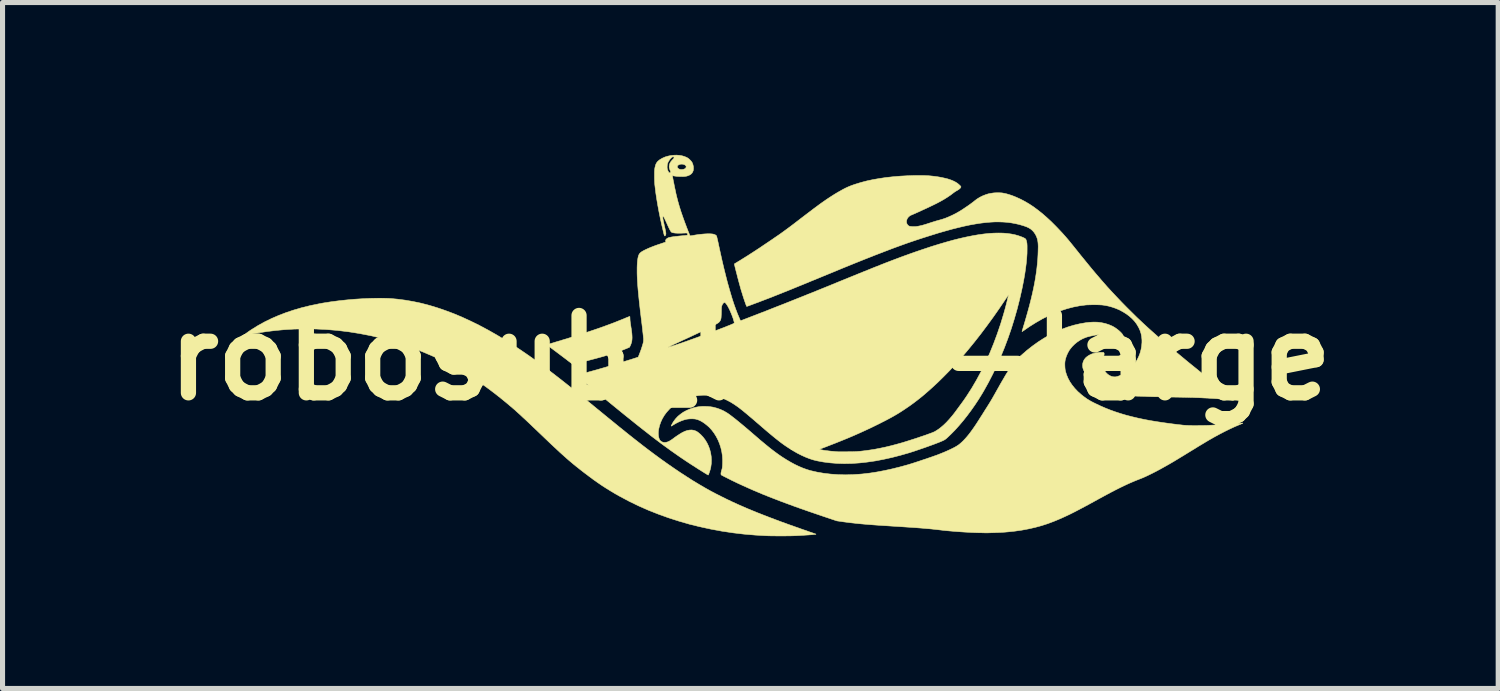
<source format=kicad_pcb>
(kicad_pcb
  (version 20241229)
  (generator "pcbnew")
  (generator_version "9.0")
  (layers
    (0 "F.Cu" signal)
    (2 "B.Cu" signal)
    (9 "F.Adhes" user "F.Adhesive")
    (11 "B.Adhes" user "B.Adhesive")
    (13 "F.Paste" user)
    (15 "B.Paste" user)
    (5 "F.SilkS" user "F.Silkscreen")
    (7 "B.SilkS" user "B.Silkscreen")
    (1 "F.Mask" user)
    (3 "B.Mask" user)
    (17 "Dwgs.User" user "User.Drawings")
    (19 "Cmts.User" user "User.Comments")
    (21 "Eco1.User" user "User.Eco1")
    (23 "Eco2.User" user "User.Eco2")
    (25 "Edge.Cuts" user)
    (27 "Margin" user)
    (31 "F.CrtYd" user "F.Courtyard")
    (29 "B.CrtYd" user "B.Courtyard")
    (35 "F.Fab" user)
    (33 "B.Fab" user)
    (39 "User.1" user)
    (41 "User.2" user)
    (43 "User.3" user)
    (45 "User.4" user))
  (footprint "robosub_logo-large"
    (layer "F.Cu")
    (at 11.728 3.997)
    (property "Reference" "robosub_logo-large" (at 0 0 0) (layer "F.SilkS") (effects (font (size 1.524 1.524) (thickness 0.3))))
    (attr through_hole)
    (fp_poly (pts (xy -2.374 -0.812) (xy -2.373 -0.801) (xy -2.372 -0.785) (xy -2.372 -0.783) (xy -2.371 -0.763) (xy -2.37 -0.738) (xy -2.367 -0.71) (xy -2.362 -0.676) (xy -2.356 -0.635) (xy -2.349 -0.588) (xy -2.348 -0.584) (xy -2.34 -0.527) (xy -2.334 -0.477) (xy -2.331 -0.432) (xy -2.33 -0.393) (xy -2.332 -0.357) (xy -2.336 -0.325) (xy -2.344 -0.294) (xy -2.354 -0.265) (xy -2.364 -0.242) (xy -2.38 -0.209) (xy -2.441 -0.183) (xy -2.483 -0.166) (xy -2.525 -0.149) (xy -2.569 -0.132) (xy -2.614 -0.116) (xy -2.663 -0.099) (xy -2.714 -0.083) (xy -2.77 -0.066) (xy -2.83 -0.048) (xy -2.895 -0.029) (xy -2.966 -0.009) (xy -3.043 0.012) (xy -3.127 0.034) (xy -3.142 0.038) (xy -3.183 0.049) (xy -3.225 0.06) (xy -3.266 0.071) (xy -3.304 0.081) (xy -3.34 0.091) (xy -3.371 0.099) (xy -3.397 0.106) (xy -3.412 0.11) (xy -3.436 0.117) (xy -3.457 0.123) (xy -3.474 0.127) (xy -3.486 0.13) (xy -3.492 0.132) (xy -3.493 0.132) (xy -3.496 0.13) (xy -3.505 0.123) (xy -3.519 0.112) (xy -3.537 0.099) (xy -3.559 0.082) (xy -3.584 0.063) (xy -3.61 0.043) (xy -3.612 0.041) (xy -3.644 0.017) (xy -3.681 -0.011) (xy -3.721 -0.041) (xy -3.762 -0.072) (xy -3.802 -0.102) (xy -3.84 -0.131) (xy -3.862 -0.147) (xy -3.891 -0.169) (xy -3.918 -0.189) (xy -3.942 -0.207) (xy -3.963 -0.223) (xy -3.981 -0.236) (xy -3.993 -0.245) (xy -4 -0.251) (xy -4.001 -0.252) (xy -4.002 -0.253) (xy -4.002 -0.255) (xy -4 -0.257) (xy -3.996 -0.259) (xy -3.989 -0.263) (xy -3.978 -0.267) (xy -3.962 -0.272) (xy -3.942 -0.278) (xy -3.917 -0.286) (xy -3.886 -0.295) (xy -3.848 -0.307) (xy -3.805 -0.32) (xy -3.676 -0.359) (xy -3.554 -0.396) (xy -3.439 -0.432) (xy -3.33 -0.467) (xy -3.226 -0.501) (xy -3.127 -0.534) (xy -3.033 -0.566) (xy -2.943 -0.597) (xy -2.855 -0.629) (xy -2.771 -0.66) (xy -2.688 -0.691) (xy -2.608 -0.723) (xy -2.528 -0.755) (xy -2.483 -0.773) (xy -2.456 -0.785) (xy -2.432 -0.795) (xy -2.41 -0.803) (xy -2.393 -0.81) (xy -2.382 -0.814) (xy -2.376 -0.816) (xy -2.376 -0.816) (xy -2.374 -0.812)) (stroke (width 0.01) (type solid)) (fill yes) (layer "F.SilkS"))
    (fp_poly (pts (xy -7.261 -1.174) (xy -7.216 -1.173) (xy -7.176 -1.172) (xy -7.139 -1.171) (xy -7.104 -1.169) (xy -7.068 -1.167) (xy -7.029 -1.163) (xy -6.987 -1.159) (xy -6.953 -1.156) (xy -6.799 -1.136) (xy -6.643 -1.109) (xy -6.486 -1.076) (xy -6.328 -1.035) (xy -6.169 -0.987) (xy -6.008 -0.932) (xy -5.845 -0.871) (xy -5.68 -0.802) (xy -5.513 -0.725) (xy -5.344 -0.642) (xy -5.173 -0.551) (xy -5 -0.453) (xy -4.824 -0.347) (xy -4.646 -0.234) (xy -4.54 -0.164) (xy -4.474 -0.119) (xy -4.408 -0.074) (xy -4.342 -0.028) (xy -4.276 0.019) (xy -4.209 0.067) (xy -4.14 0.117) (xy -4.071 0.168) (xy -3.999 0.222) (xy -3.925 0.279) (xy -3.848 0.338) (xy -3.768 0.4) (xy -3.685 0.465) (xy -3.598 0.534) (xy -3.507 0.607) (xy -3.411 0.684) (xy -3.311 0.766) (xy -3.205 0.852) (xy -3.1 0.938) (xy -3.01 1.012) (xy -2.925 1.081) (xy -2.846 1.146) (xy -2.771 1.207) (xy -2.702 1.263) (xy -2.637 1.316) (xy -2.576 1.366) (xy -2.518 1.412) (xy -2.464 1.456) (xy -2.413 1.497) (xy -2.364 1.536) (xy -2.317 1.573) (xy -2.273 1.608) (xy -2.229 1.642) (xy -2.187 1.675) (xy -2.146 1.707) (xy -2.105 1.739) (xy -2.064 1.77) (xy -2.023 1.802) (xy -2.012 1.81) (xy -1.885 1.905) (xy -1.758 1.998) (xy -1.63 2.089) (xy -1.504 2.176) (xy -1.38 2.26) (xy -1.257 2.34) (xy -1.138 2.416) (xy -1.022 2.486) (xy -0.911 2.551) (xy -0.88 2.569) (xy -0.787 2.621) (xy -0.687 2.674) (xy -0.582 2.727) (xy -0.474 2.781) (xy -0.363 2.834) (xy -0.251 2.885) (xy -0.224 2.897) (xy -0.137 2.935) (xy -0.047 2.974) (xy 0.048 3.013) (xy 0.148 3.054) (xy 0.253 3.095) (xy 0.364 3.138) (xy 0.48 3.182) (xy 0.603 3.228) (xy 0.732 3.275) (xy 0.868 3.323) (xy 1.011 3.374) (xy 1.116 3.41) (xy 1.151 3.423) (xy 1.183 3.434) (xy 1.213 3.444) (xy 1.239 3.453) (xy 1.26 3.461) (xy 1.276 3.466) (xy 1.285 3.469) (xy 1.288 3.47) (xy 1.291 3.473) (xy 1.291 3.474) (xy 1.286 3.475) (xy 1.274 3.477) (xy 1.255 3.479) (xy 1.231 3.481) (xy 1.202 3.484) (xy 1.169 3.486) (xy 1.133 3.489) (xy 1.094 3.491) (xy 1.053 3.494) (xy 1.012 3.496) (xy 0.97 3.499) (xy 0.929 3.501) (xy 0.89 3.503) (xy 0.86 3.504) (xy 0.829 3.505) (xy 0.792 3.506) (xy 0.749 3.506) (xy 0.701 3.507) (xy 0.652 3.507) (xy 0.6 3.507) (xy 0.548 3.507) (xy 0.498 3.507) (xy 0.449 3.506) (xy 0.404 3.506) (xy 0.364 3.505) (xy 0.331 3.504) (xy 0.322 3.504) (xy 0.098 3.491) (xy -0.125 3.472) (xy -0.345 3.446) (xy -0.564 3.413) (xy -0.78 3.373) (xy -0.993 3.327) (xy -1.204 3.275) (xy -1.411 3.215) (xy -1.614 3.15) (xy -1.814 3.078) (xy -2.009 3.001) (xy -2.199 2.917) (xy -2.385 2.827) (xy -2.56 2.734) (xy -2.653 2.682) (xy -2.742 2.629) (xy -2.828 2.576) (xy -2.914 2.521) (xy -2.999 2.463) (xy -3.086 2.402) (xy -3.175 2.336) (xy -3.268 2.266) (xy -3.296 2.244) (xy -3.344 2.207) (xy -3.39 2.17) (xy -3.435 2.135) (xy -3.479 2.099) (xy -3.522 2.063) (xy -3.566 2.026) (xy -3.61 1.988) (xy -3.655 1.948) (xy -3.702 1.906) (xy -3.751 1.862) (xy -3.802 1.814) (xy -3.857 1.763) (xy -3.916 1.708) (xy -3.979 1.648) (xy -4.047 1.583) (xy -4.094 1.538) (xy -4.164 1.471) (xy -4.228 1.41) (xy -4.288 1.353) (xy -4.343 1.3) (xy -4.394 1.252) (xy -4.442 1.207) (xy -4.487 1.166) (xy -4.528 1.127) (xy -4.568 1.091) (xy -4.606 1.057) (xy -4.642 1.024) (xy -4.678 0.993) (xy -4.713 0.963) (xy -4.748 0.934) (xy -4.783 0.904) (xy -4.819 0.874) (xy -4.856 0.844) (xy -4.894 0.813) (xy -4.916 0.795) (xy -5.039 0.698) (xy -5.16 0.607) (xy -5.279 0.521) (xy -5.397 0.44) (xy -5.515 0.363) (xy -5.634 0.29) (xy -5.757 0.219) (xy -5.882 0.15) (xy -6.013 0.083) (xy -6.05 0.064) (xy -6.248 -0.03) (xy -6.449 -0.116) (xy -6.652 -0.196) (xy -6.858 -0.267) (xy -7.066 -0.332) (xy -7.275 -0.388) (xy -7.486 -0.438) (xy -7.699 -0.479) (xy -7.912 -0.513) (xy -8.127 -0.539) (xy -8.342 -0.557) (xy -8.557 -0.568) (xy -8.773 -0.571) (xy -8.988 -0.566) (xy -9.186 -0.554) (xy -9.357 -0.538) (xy -9.528 -0.517) (xy -9.697 -0.491) (xy -9.854 -0.462) (xy -9.888 -0.455) (xy -9.914 -0.45) (xy -9.934 -0.446) (xy -9.949 -0.443) (xy -9.96 -0.441) (xy -9.966 -0.441) (xy -9.97 -0.441) (xy -9.972 -0.442) (xy -9.972 -0.443) (xy -9.969 -0.449) (xy -9.959 -0.459) (xy -9.944 -0.472) (xy -9.923 -0.488) (xy -9.897 -0.507) (xy -9.867 -0.528) (xy -9.834 -0.55) (xy -9.817 -0.561) (xy -9.695 -0.637) (xy -9.566 -0.708) (xy -9.431 -0.774) (xy -9.29 -0.835) (xy -9.144 -0.891) (xy -8.991 -0.942) (xy -8.833 -0.988) (xy -8.67 -1.028) (xy -8.501 -1.063) (xy -8.411 -1.08) (xy -8.264 -1.103) (xy -8.111 -1.123) (xy -7.955 -1.14) (xy -7.798 -1.154) (xy -7.642 -1.164) (xy -7.488 -1.171) (xy -7.338 -1.174) (xy -7.312 -1.174) (xy -7.261 -1.174)) (stroke (width 0.01) (type solid)) (fill yes) (layer "F.SilkS"))
    (fp_poly (pts (xy 6.84 -0.702) (xy 6.915 -0.692) (xy 6.989 -0.676) (xy 7.058 -0.654) (xy 7.124 -0.626) (xy 7.136 -0.62) (xy 7.171 -0.6) (xy 7.205 -0.577) (xy 7.238 -0.552) (xy 7.269 -0.526) (xy 7.295 -0.501) (xy 7.318 -0.476) (xy 7.334 -0.453) (xy 7.339 -0.443) (xy 7.356 -0.399) (xy 7.365 -0.353) (xy 7.367 -0.305) (xy 7.362 -0.257) (xy 7.35 -0.213) (xy 7.343 -0.193) (xy 7.335 -0.173) (xy 7.326 -0.157) (xy 7.32 -0.146) (xy 7.319 -0.145) (xy 7.314 -0.142) (xy 7.31 -0.147) (xy 7.308 -0.157) (xy 7.308 -0.162) (xy 7.307 -0.176) (xy 7.303 -0.195) (xy 7.297 -0.217) (xy 7.29 -0.24) (xy 7.283 -0.261) (xy 7.276 -0.279) (xy 7.274 -0.282) (xy 7.253 -0.317) (xy 7.225 -0.349) (xy 7.191 -0.378) (xy 7.151 -0.403) (xy 7.106 -0.424) (xy 7.058 -0.44) (xy 7.012 -0.45) (xy 6.986 -0.453) (xy 6.953 -0.455) (xy 6.918 -0.456) (xy 6.882 -0.455) (xy 6.847 -0.454) (xy 6.817 -0.451) (xy 6.814 -0.45) (xy 6.787 -0.446) (xy 6.756 -0.44) (xy 6.723 -0.433) (xy 6.69 -0.426) (xy 6.659 -0.418) (xy 6.632 -0.411) (xy 6.61 -0.404) (xy 6.609 -0.403) (xy 6.548 -0.379) (xy 6.489 -0.347) (xy 6.433 -0.309) (xy 6.382 -0.267) (xy 6.335 -0.22) (xy 6.295 -0.17) (xy 6.278 -0.146) (xy 6.248 -0.092) (xy 6.223 -0.035) (xy 6.205 0.023) (xy 6.198 0.054) (xy 6.194 0.084) (xy 6.192 0.12) (xy 6.193 0.159) (xy 6.195 0.197) (xy 6.199 0.234) (xy 6.205 0.265) (xy 6.227 0.336) (xy 6.256 0.405) (xy 6.293 0.473) (xy 6.337 0.538) (xy 6.389 0.602) (xy 6.448 0.664) (xy 6.515 0.723) (xy 6.518 0.726) (xy 6.557 0.757) (xy 6.594 0.784) (xy 6.63 0.81) (xy 6.668 0.833) (xy 6.709 0.857) (xy 6.755 0.881) (xy 6.798 0.902) (xy 6.893 0.947) (xy 6.99 0.989) (xy 7.088 1.028) (xy 7.189 1.064) (xy 7.293 1.098) (xy 7.401 1.13) (xy 7.514 1.159) (xy 7.631 1.187) (xy 7.753 1.213) (xy 7.881 1.237) (xy 8.016 1.259) (xy 8.157 1.28) (xy 8.262 1.294) (xy 8.32 1.302) (xy 8.37 1.308) (xy 8.415 1.314) (xy 8.454 1.318) (xy 8.49 1.322) (xy 8.522 1.326) (xy 8.553 1.328) (xy 8.582 1.33) (xy 8.611 1.331) (xy 8.64 1.333) (xy 8.672 1.333) (xy 8.706 1.334) (xy 8.744 1.334) (xy 8.786 1.334) (xy 8.804 1.334) (xy 8.841 1.333) (xy 8.874 1.333) (xy 8.905 1.333) (xy 8.935 1.332) (xy 8.964 1.332) (xy 8.993 1.331) (xy 9.023 1.33) (xy 9.054 1.328) (xy 9.088 1.326) (xy 9.125 1.324) (xy 9.166 1.322) (xy 9.212 1.318) (xy 9.264 1.315) (xy 9.322 1.311) (xy 9.386 1.306) (xy 9.426 1.303) (xy 9.465 1.301) (xy 9.502 1.298) (xy 9.535 1.296) (xy 9.565 1.294) (xy 9.59 1.292) (xy 9.609 1.291) (xy 9.618 1.29) (xy 9.638 1.289) (xy 9.658 1.288) (xy 9.674 1.286) (xy 9.682 1.285) (xy 9.692 1.285) (xy 9.697 1.285) (xy 9.697 1.287) (xy 9.691 1.291) (xy 9.678 1.297) (xy 9.659 1.305) (xy 9.633 1.316) (xy 9.63 1.317) (xy 9.538 1.356) (xy 9.443 1.4) (xy 9.345 1.448) (xy 9.243 1.501) (xy 9.136 1.559) (xy 9.024 1.623) (xy 8.984 1.647) (xy 8.963 1.659) (xy 8.936 1.676) (xy 8.904 1.695) (xy 8.867 1.717) (xy 8.827 1.741) (xy 8.785 1.767) (xy 8.742 1.794) (xy 8.697 1.821) (xy 8.653 1.848) (xy 8.609 1.875) (xy 8.568 1.9) (xy 8.564 1.903) (xy 8.455 1.969) (xy 8.353 2.031) (xy 8.256 2.088) (xy 8.164 2.14) (xy 8.078 2.188) (xy 7.996 2.232) (xy 7.92 2.271) (xy 7.847 2.307) (xy 7.779 2.339) (xy 7.715 2.367) (xy 7.654 2.391) (xy 7.652 2.392) (xy 7.603 2.411) (xy 7.554 2.431) (xy 7.505 2.452) (xy 7.454 2.474) (xy 7.402 2.498) (xy 7.347 2.524) (xy 7.289 2.552) (xy 7.229 2.582) (xy 7.164 2.615) (xy 7.095 2.651) (xy 7.022 2.69) (xy 6.943 2.733) (xy 6.858 2.779) (xy 6.767 2.829) (xy 6.758 2.834) (xy 6.667 2.884) (xy 6.583 2.929) (xy 6.504 2.971) (xy 6.43 3.01) (xy 6.36 3.046) (xy 6.294 3.079) (xy 6.231 3.109) (xy 6.17 3.137) (xy 6.111 3.164) (xy 6.054 3.188) (xy 5.996 3.212) (xy 5.974 3.221) (xy 5.854 3.266) (xy 5.733 3.305) (xy 5.608 3.339) (xy 5.48 3.368) (xy 5.348 3.393) (xy 5.21 3.413) (xy 5.067 3.428) (xy 4.996 3.434) (xy 4.975 3.435) (xy 4.948 3.437) (xy 4.917 3.438) (xy 4.883 3.44) (xy 4.846 3.441) (xy 4.81 3.443) (xy 4.773 3.444) (xy 4.738 3.445) (xy 4.705 3.446) (xy 4.676 3.447) (xy 4.652 3.447) (xy 4.633 3.447) (xy 4.624 3.447) (xy 4.614 3.447) (xy 4.597 3.446) (xy 4.577 3.446) (xy 4.554 3.445) (xy 4.542 3.445) (xy 4.485 3.444) (xy 4.422 3.442) (xy 4.354 3.439) (xy 4.282 3.435) (xy 4.209 3.431) (xy 4.134 3.426) (xy 4.06 3.421) (xy 3.988 3.415) (xy 3.919 3.409) (xy 3.854 3.403) (xy 3.795 3.397) (xy 3.756 3.392) (xy 3.713 3.387) (xy 3.669 3.382) (xy 3.624 3.377) (xy 3.578 3.372) (xy 3.529 3.367) (xy 3.477 3.363) (xy 3.422 3.358) (xy 3.363 3.353) (xy 3.299 3.348) (xy 3.231 3.343) (xy 3.157 3.338) (xy 3.078 3.333) (xy 2.991 3.327) (xy 2.898 3.321) (xy 2.816 3.316) (xy 2.711 3.309) (xy 2.614 3.303) (xy 2.523 3.297) (xy 2.439 3.291) (xy 2.36 3.285) (xy 2.286 3.279) (xy 2.217 3.273) (xy 2.152 3.267) (xy 2.09 3.261) (xy 2.031 3.254) (xy 1.974 3.248) (xy 1.919 3.241) (xy 1.865 3.234) (xy 1.811 3.227) (xy 1.802 3.225) (xy 1.702 3.211) (xy 1.452 3.127) (xy 1.296 3.074) (xy 1.147 3.023) (xy 1.004 2.973) (xy 0.869 2.925) (xy 0.739 2.877) (xy 0.614 2.831) (xy 0.495 2.785) (xy 0.379 2.74) (xy 0.268 2.696) (xy 0.161 2.651) (xy 0.056 2.607) (xy -0.045 2.562) (xy -0.145 2.517) (xy -0.228 2.479) (xy -0.256 2.466) (xy -0.287 2.451) (xy -0.32 2.435) (xy -0.354 2.419) (xy -0.388 2.402) (xy -0.421 2.385) (xy -0.453 2.369) (xy -0.483 2.354) (xy -0.511 2.34) (xy -0.534 2.328) (xy -0.553 2.318) (xy -0.566 2.311) (xy -0.573 2.306) (xy -0.574 2.306) (xy -0.579 2.296) (xy -0.58 2.28) (xy -0.578 2.259) (xy -0.572 2.234) (xy -0.568 2.22) (xy -0.563 2.203) (xy -0.559 2.189) (xy -0.556 2.176) (xy -0.554 2.162) (xy -0.552 2.147) (xy -0.55 2.127) (xy -0.549 2.103) (xy -0.548 2.09) (xy -0.547 2.009) (xy -0.552 1.928) (xy -0.564 1.848) (xy -0.582 1.77) (xy -0.607 1.693) (xy -0.637 1.62) (xy -0.673 1.55) (xy -0.714 1.484) (xy -0.76 1.423) (xy -0.81 1.368) (xy -0.852 1.331) (xy -0.901 1.292) (xy -0.947 1.261) (xy -0.992 1.236) (xy -1.036 1.218) (xy -1.08 1.206) (xy -1.094 1.204) (xy -1.115 1.202) (xy -1.141 1.201) (xy -1.171 1.201) (xy -1.201 1.202) (xy -1.229 1.205) (xy -1.253 1.208) (xy -1.262 1.21) (xy -1.31 1.223) (xy -1.361 1.241) (xy -1.414 1.264) (xy -1.464 1.289) (xy -1.512 1.317) (xy -1.518 1.321) (xy -1.534 1.331) (xy -1.546 1.339) (xy -1.555 1.343) (xy -1.559 1.344) (xy -1.559 1.344) (xy -1.558 1.338) (xy -1.554 1.327) (xy -1.547 1.313) (xy -1.538 1.296) (xy -1.528 1.278) (xy -1.518 1.261) (xy -1.51 1.249) (xy -1.472 1.199) (xy -1.428 1.152) (xy -1.377 1.11) (xy -1.322 1.071) (xy -1.261 1.038) (xy -1.197 1.01) (xy -1.131 0.987) (xy -1.061 0.97) (xy -1.014 0.962) (xy -0.961 0.957) (xy -0.905 0.956) (xy -0.847 0.958) (xy -0.79 0.963) (xy -0.737 0.971) (xy -0.726 0.974) (xy -0.658 0.992) (xy -0.591 1.016) (xy -0.527 1.045) (xy -0.468 1.079) (xy -0.46 1.084) (xy -0.427 1.106) (xy -0.389 1.134) (xy -0.345 1.168) (xy -0.296 1.206) (xy -0.243 1.249) (xy -0.185 1.297) (xy -0.122 1.349) (xy -0.056 1.405) (xy 0.014 1.465) (xy 0.052 1.498) (xy 0.124 1.56) (xy 0.191 1.618) (xy 0.254 1.67) (xy 0.312 1.718) (xy 0.367 1.763) (xy 0.419 1.804) (xy 0.468 1.841) (xy 0.515 1.876) (xy 0.561 1.909) (xy 0.606 1.94) (xy 0.63 1.956) (xy 0.712 2.008) (xy 0.794 2.056) (xy 0.875 2.1) (xy 0.955 2.138) (xy 1.033 2.171) (xy 1.108 2.198) (xy 1.179 2.22) (xy 1.183 2.221) (xy 1.314 2.251) (xy 1.448 2.274) (xy 1.585 2.29) (xy 1.726 2.3) (xy 1.87 2.304) (xy 2.018 2.3) (xy 2.17 2.29) (xy 2.214 2.286) (xy 2.351 2.27) (xy 2.493 2.248) (xy 2.64 2.22) (xy 2.791 2.187) (xy 2.944 2.149) (xy 3.101 2.106) (xy 3.11 2.103) (xy 3.133 2.096) (xy 3.163 2.087) (xy 3.198 2.076) (xy 3.238 2.063) (xy 3.281 2.049) (xy 3.327 2.034) (xy 3.374 2.018) (xy 3.421 2.002) (xy 3.468 1.987) (xy 3.513 1.971) (xy 3.555 1.957) (xy 3.594 1.943) (xy 3.628 1.931) (xy 3.656 1.921) (xy 3.674 1.915) (xy 3.745 1.887) (xy 3.812 1.86) (xy 3.874 1.833) (xy 3.931 1.807) (xy 3.983 1.782) (xy 4.029 1.758) (xy 4.068 1.735) (xy 4.1 1.714) (xy 4.12 1.698) (xy 4.155 1.668) (xy 4.189 1.636) (xy 4.223 1.6) (xy 4.258 1.561) (xy 4.294 1.518) (xy 4.331 1.47) (xy 4.369 1.418) (xy 4.409 1.361) (xy 4.452 1.297) (xy 4.497 1.227) (xy 4.545 1.151) (xy 4.546 1.15) (xy 4.566 1.119) (xy 4.587 1.085) (xy 4.608 1.052) (xy 4.628 1.019) (xy 4.647 0.99) (xy 4.662 0.966) (xy 4.662 0.966) (xy 4.681 0.936) (xy 4.699 0.907) (xy 4.717 0.878) (xy 4.735 0.848) (xy 4.754 0.816) (xy 4.774 0.782) (xy 4.796 0.743) (xy 4.821 0.699) (xy 4.846 0.654) (xy 4.885 0.585) (xy 4.92 0.522) (xy 4.953 0.465) (xy 4.983 0.414) (xy 5.01 0.367) (xy 5.035 0.325) (xy 5.059 0.287) (xy 5.082 0.251) (xy 5.103 0.218) (xy 5.124 0.188) (xy 5.145 0.158) (xy 5.166 0.13) (xy 5.179 0.112) (xy 5.197 0.089) (xy 5.214 0.068) (xy 5.231 0.048) (xy 5.25 0.029) (xy 5.271 0.008) (xy 5.296 -0.016) (xy 5.325 -0.043) (xy 5.328 -0.045) (xy 5.439 -0.142) (xy 5.551 -0.23) (xy 5.665 -0.312) (xy 5.78 -0.386) (xy 5.896 -0.453) (xy 6.013 -0.512) (xy 6.131 -0.563) (xy 6.25 -0.607) (xy 6.369 -0.643) (xy 6.489 -0.671) (xy 6.609 -0.692) (xy 6.684 -0.7) (xy 6.762 -0.704) (xy 6.84 -0.702)) (stroke (width 0.01) (type solid)) (fill yes) (layer "F.SilkS"))
    (fp_poly (pts (xy 3.39 -3.591) (xy 3.452 -3.589) (xy 3.51 -3.586) (xy 3.565 -3.581) (xy 3.619 -3.575) (xy 3.673 -3.568) (xy 3.722 -3.56) (xy 3.783 -3.548) (xy 3.837 -3.536) (xy 3.885 -3.524) (xy 3.928 -3.51) (xy 3.967 -3.496) (xy 4.003 -3.48) (xy 4.04 -3.461) (xy 4.072 -3.441) (xy 4.1 -3.419) (xy 4.12 -3.4) (xy 4.133 -3.388) (xy 4.141 -3.379) (xy 4.145 -3.372) (xy 4.146 -3.367) (xy 4.145 -3.362) (xy 4.139 -3.349) (xy 4.125 -3.334) (xy 4.105 -3.317) (xy 4.078 -3.3) (xy 4.068 -3.294) (xy 4.048 -3.283) (xy 4.028 -3.27) (xy 4.01 -3.258) (xy 4 -3.25) (xy 3.942 -3.206) (xy 3.88 -3.164) (xy 3.813 -3.122) (xy 3.741 -3.081) (xy 3.663 -3.04) (xy 3.614 -3.016) (xy 3.588 -3.003) (xy 3.558 -2.989) (xy 3.525 -2.973) (xy 3.489 -2.956) (xy 3.452 -2.939) (xy 3.413 -2.921) (xy 3.375 -2.904) (xy 3.338 -2.886) (xy 3.302 -2.87) (xy 3.268 -2.855) (xy 3.238 -2.841) (xy 3.211 -2.83) (xy 3.19 -2.82) (xy 3.174 -2.814) (xy 3.164 -2.81) (xy 3.164 -2.81) (xy 3.144 -2.8) (xy 3.124 -2.784) (xy 3.105 -2.765) (xy 3.09 -2.743) (xy 3.084 -2.729) (xy 3.075 -2.699) (xy 3.074 -2.67) (xy 3.081 -2.644) (xy 3.094 -2.621) (xy 3.108 -2.607) (xy 3.117 -2.6) (xy 3.125 -2.595) (xy 3.136 -2.592) (xy 3.149 -2.589) (xy 3.168 -2.587) (xy 3.193 -2.585) (xy 3.195 -2.585) (xy 3.221 -2.584) (xy 3.249 -2.585) (xy 3.277 -2.588) (xy 3.308 -2.593) (xy 3.342 -2.6) (xy 3.381 -2.609) (xy 3.423 -2.621) (xy 3.472 -2.636) (xy 3.527 -2.654) (xy 3.534 -2.656) (xy 3.567 -2.667) (xy 3.599 -2.677) (xy 3.629 -2.686) (xy 3.657 -2.695) (xy 3.679 -2.701) (xy 3.697 -2.706) (xy 3.704 -2.708) (xy 3.766 -2.725) (xy 3.833 -2.747) (xy 3.902 -2.775) (xy 3.973 -2.807) (xy 4.045 -2.843) (xy 4.096 -2.872) (xy 4.13 -2.892) (xy 4.167 -2.915) (xy 4.206 -2.941) (xy 4.246 -2.968) (xy 4.286 -2.995) (xy 4.324 -3.022) (xy 4.359 -3.048) (xy 4.39 -3.071) (xy 4.416 -3.092) (xy 4.418 -3.094) (xy 4.463 -3.128) (xy 4.513 -3.159) (xy 4.568 -3.187) (xy 4.625 -3.21) (xy 4.683 -3.229) (xy 4.688 -3.23) (xy 4.738 -3.24) (xy 4.792 -3.248) (xy 4.847 -3.251) (xy 4.902 -3.251) (xy 4.953 -3.248) (xy 4.965 -3.246) (xy 5.003 -3.239) (xy 5.047 -3.229) (xy 5.094 -3.215) (xy 5.144 -3.199) (xy 5.194 -3.18) (xy 5.235 -3.163) (xy 5.321 -3.124) (xy 5.405 -3.08) (xy 5.49 -3.03) (xy 5.575 -2.974) (xy 5.66 -2.911) (xy 5.746 -2.843) (xy 5.833 -2.767) (xy 5.922 -2.685) (xy 6.012 -2.595) (xy 6.042 -2.564) (xy 6.078 -2.526) (xy 6.112 -2.49) (xy 6.144 -2.456) (xy 6.175 -2.421) (xy 6.206 -2.386) (xy 6.238 -2.349) (xy 6.271 -2.31) (xy 6.306 -2.267) (xy 6.345 -2.219) (xy 6.387 -2.167) (xy 6.389 -2.164) (xy 6.448 -2.091) (xy 6.502 -2.023) (xy 6.553 -1.961) (xy 6.6 -1.903) (xy 6.644 -1.849) (xy 6.686 -1.798) (xy 6.725 -1.75) (xy 6.764 -1.704) (xy 6.801 -1.66) (xy 6.838 -1.617) (xy 6.875 -1.574) (xy 6.912 -1.53) (xy 6.944 -1.494) (xy 7.029 -1.397) (xy 7.12 -1.298) (xy 7.216 -1.196) (xy 7.313 -1.094) (xy 7.413 -0.992) (xy 7.513 -0.893) (xy 7.611 -0.796) (xy 7.708 -0.705) (xy 7.73 -0.684) (xy 7.782 -0.636) (xy 7.834 -0.588) (xy 7.886 -0.541) (xy 7.94 -0.493) (xy 7.994 -0.445) (xy 8.05 -0.396) (xy 8.109 -0.345) (xy 8.169 -0.293) (xy 8.232 -0.24) (xy 8.298 -0.184) (xy 8.368 -0.126) (xy 8.442 -0.065) (xy 8.519 -0.001) (xy 8.601 0.067) (xy 8.688 0.138) (xy 8.781 0.213) (xy 8.878 0.292) (xy 8.98 0.374) (xy 9.054 0.433) (xy 9.121 0.488) (xy 9.183 0.538) (xy 9.239 0.583) (xy 9.289 0.623) (xy 9.333 0.659) (xy 9.372 0.691) (xy 9.406 0.719) (xy 9.435 0.742) (xy 9.459 0.762) (xy 9.478 0.778) (xy 9.492 0.79) (xy 9.502 0.798) (xy 9.507 0.803) (xy 9.519 0.816) (xy 9.523 0.825) (xy 9.521 0.831) (xy 9.511 0.834) (xy 9.504 0.835) (xy 9.492 0.835) (xy 9.484 0.834) (xy 9.482 0.834) (xy 9.477 0.833) (xy 9.465 0.831) (xy 9.447 0.829) (xy 9.425 0.827) (xy 9.4 0.824) (xy 9.373 0.821) (xy 9.345 0.818) (xy 9.317 0.816) (xy 9.291 0.813) (xy 9.28 0.812) (xy 9.246 0.809) (xy 9.205 0.806) (xy 9.159 0.803) (xy 9.109 0.8) (xy 9.056 0.797) (xy 9.002 0.793) (xy 8.948 0.791) (xy 8.895 0.788) (xy 8.852 0.786) (xy 8.83 0.785) (xy 8.808 0.784) (xy 8.786 0.784) (xy 8.764 0.783) (xy 8.74 0.782) (xy 8.715 0.781) (xy 8.687 0.781) (xy 8.657 0.78) (xy 8.624 0.779) (xy 8.587 0.778) (xy 8.546 0.777) (xy 8.501 0.776) (xy 8.451 0.775) (xy 8.395 0.774) (xy 8.333 0.773) (xy 8.265 0.772) (xy 8.191 0.77) (xy 8.108 0.769) (xy 8.076 0.768) (xy 8.034 0.767) (xy 7.993 0.766) (xy 7.955 0.766) (xy 7.919 0.765) (xy 7.888 0.764) (xy 7.861 0.763) (xy 7.84 0.763) (xy 7.826 0.762) (xy 7.824 0.762) (xy 7.809 0.761) (xy 7.788 0.76) (xy 7.762 0.759) (xy 7.731 0.758) (xy 7.699 0.757) (xy 7.665 0.756) (xy 7.652 0.756) (xy 7.617 0.755) (xy 7.583 0.753) (xy 7.549 0.752) (xy 7.518 0.75) (xy 7.492 0.748) (xy 7.472 0.747) (xy 7.467 0.746) (xy 7.361 0.731) (xy 7.258 0.71) (xy 7.158 0.681) (xy 7.062 0.647) (xy 6.969 0.605) (xy 6.882 0.558) (xy 6.856 0.542) (xy 6.826 0.523) (xy 6.799 0.505) (xy 6.776 0.488) (xy 6.754 0.47) (xy 6.731 0.449) (xy 6.706 0.425) (xy 6.685 0.405) (xy 6.648 0.367) (xy 6.618 0.332) (xy 6.594 0.3) (xy 6.575 0.269) (xy 6.56 0.239) (xy 6.55 0.209) (xy 6.545 0.187) (xy 6.542 0.146) (xy 6.546 0.106) (xy 6.557 0.069) (xy 6.575 0.034) (xy 6.6 0.002) (xy 6.632 -0.026) (xy 6.67 -0.051) (xy 6.715 -0.073) (xy 6.75 -0.085) (xy 6.78 -0.093) (xy 6.815 -0.1) (xy 6.853 -0.105) (xy 6.892 -0.108) (xy 6.911 -0.109) (xy 6.93 -0.109) (xy 6.943 -0.109) (xy 6.95 -0.108) (xy 6.956 -0.105) (xy 6.96 -0.102) (xy 6.961 -0.1) (xy 6.965 -0.092) (xy 6.967 -0.083) (xy 6.966 -0.069) (xy 6.963 -0.051) (xy 6.957 -0.028) (xy 6.949 0) (xy 6.939 0.032) (xy 6.933 0.059) (xy 6.93 0.083) (xy 6.93 0.106) (xy 6.932 0.13) (xy 6.932 0.132) (xy 6.942 0.177) (xy 6.958 0.22) (xy 6.979 0.259) (xy 7.006 0.294) (xy 7.037 0.324) (xy 7.071 0.347) (xy 7.079 0.351) (xy 7.108 0.364) (xy 7.137 0.372) (xy 7.165 0.375) (xy 7.195 0.374) (xy 7.227 0.367) (xy 7.262 0.355) (xy 7.302 0.338) (xy 7.318 0.33) (xy 7.378 0.296) (xy 7.435 0.256) (xy 7.487 0.209) (xy 7.535 0.157) (xy 7.577 0.101) (xy 7.615 0.04) (xy 7.647 -0.024) (xy 7.673 -0.091) (xy 7.692 -0.16) (xy 7.705 -0.231) (xy 7.711 -0.303) (xy 7.711 -0.352) (xy 7.705 -0.417) (xy 7.693 -0.478) (xy 7.674 -0.537) (xy 7.648 -0.595) (xy 7.614 -0.653) (xy 7.605 -0.668) (xy 7.564 -0.722) (xy 7.516 -0.773) (xy 7.462 -0.821) (xy 7.403 -0.865) (xy 7.339 -0.905) (xy 7.271 -0.942) (xy 7.199 -0.973) (xy 7.124 -0.999) (xy 7.048 -1.02) (xy 6.97 -1.035) (xy 6.924 -1.041) (xy 6.9 -1.042) (xy 6.87 -1.044) (xy 6.835 -1.045) (xy 6.797 -1.045) (xy 6.758 -1.046) (xy 6.719 -1.045) (xy 6.681 -1.044) (xy 6.648 -1.043) (xy 6.619 -1.042) (xy 6.606 -1.041) (xy 6.484 -1.025) (xy 6.361 -1.001) (xy 6.238 -0.969) (xy 6.115 -0.929) (xy 5.991 -0.882) (xy 5.868 -0.827) (xy 5.744 -0.765) (xy 5.621 -0.694) (xy 5.498 -0.617) (xy 5.405 -0.553) (xy 5.387 -0.54) (xy 5.371 -0.53) (xy 5.359 -0.522) (xy 5.352 -0.518) (xy 5.35 -0.517) (xy 5.35 -0.521) (xy 5.353 -0.532) (xy 5.357 -0.549) (xy 5.364 -0.57) (xy 5.371 -0.595) (xy 5.379 -0.623) (xy 5.382 -0.631) (xy 5.422 -0.766) (xy 5.459 -0.896) (xy 5.493 -1.019) (xy 5.523 -1.137) (xy 5.55 -1.25) (xy 5.574 -1.358) (xy 5.595 -1.463) (xy 5.613 -1.564) (xy 5.628 -1.663) (xy 5.641 -1.759) (xy 5.651 -1.853) (xy 5.659 -1.946) (xy 5.664 -2.039) (xy 5.664 -2.044) (xy 5.666 -2.099) (xy 5.667 -2.147) (xy 5.668 -2.188) (xy 5.667 -2.224) (xy 5.665 -2.256) (xy 5.662 -2.284) (xy 5.658 -2.309) (xy 5.653 -2.333) (xy 5.646 -2.356) (xy 5.638 -2.378) (xy 5.636 -2.384) (xy 5.615 -2.428) (xy 5.587 -2.47) (xy 5.555 -2.507) (xy 5.518 -2.538) (xy 5.48 -2.561) (xy 5.461 -2.57) (xy 5.436 -2.581) (xy 5.406 -2.592) (xy 5.373 -2.603) (xy 5.339 -2.613) (xy 5.305 -2.623) (xy 5.294 -2.626) (xy 5.22 -2.643) (xy 5.144 -2.657) (xy 5.066 -2.668) (xy 4.985 -2.674) (xy 4.901 -2.677) (xy 4.814 -2.677) (xy 4.724 -2.672) (xy 4.63 -2.664) (xy 4.532 -2.652) (xy 4.43 -2.636) (xy 4.323 -2.617) (xy 4.21 -2.593) (xy 4.093 -2.565) (xy 3.969 -2.534) (xy 3.84 -2.498) (xy 3.704 -2.459) (xy 3.608 -2.429) (xy 3.534 -2.406) (xy 3.461 -2.383) (xy 3.389 -2.36) (xy 3.318 -2.337) (xy 3.246 -2.313) (xy 3.175 -2.289) (xy 3.102 -2.264) (xy 3.029 -2.238) (xy 2.954 -2.211) (xy 2.877 -2.183) (xy 2.798 -2.154) (xy 2.717 -2.123) (xy 2.633 -2.091) (xy 2.545 -2.057) (xy 2.454 -2.022) (xy 2.358 -1.984) (xy 2.259 -1.945) (xy 2.154 -1.903) (xy 2.044 -1.859) (xy 1.929 -1.812) (xy 1.808 -1.763) (xy 1.681 -1.71) (xy 1.547 -1.655) (xy 1.432 -1.608) (xy 1.309 -1.557) (xy 1.193 -1.51) (xy 1.085 -1.465) (xy 0.982 -1.423) (xy 0.886 -1.384) (xy 0.796 -1.347) (xy 0.712 -1.313) (xy 0.633 -1.282) (xy 0.559 -1.252) (xy 0.49 -1.225) (xy 0.426 -1.199) (xy 0.366 -1.176) (xy 0.316 -1.157) (xy 0.277 -1.142) (xy 0.238 -1.127) (xy 0.198 -1.112) (xy 0.158 -1.096) (xy 0.119 -1.082) (xy 0.081 -1.068) (xy 0.047 -1.055) (xy 0.015 -1.043) (xy -0.013 -1.033) (xy -0.036 -1.024) (xy -0.054 -1.018) (xy -0.066 -1.014) (xy -0.072 -1.012) (xy -0.072 -1.012) (xy -0.075 -1.016) (xy -0.08 -1.026) (xy -0.086 -1.043) (xy -0.095 -1.065) (xy -0.104 -1.092) (xy -0.115 -1.123) (xy -0.126 -1.156) (xy -0.138 -1.192) (xy -0.15 -1.23) (xy -0.162 -1.269) (xy -0.174 -1.308) (xy -0.174 -1.308) (xy -0.182 -1.333) (xy -0.191 -1.364) (xy -0.2 -1.397) (xy -0.21 -1.434) (xy -0.221 -1.473) (xy -0.232 -1.514) (xy -0.243 -1.555) (xy -0.254 -1.596) (xy -0.264 -1.637) (xy -0.274 -1.676) (xy -0.284 -1.713) (xy -0.292 -1.747) (xy -0.3 -1.777) (xy -0.306 -1.803) (xy -0.311 -1.824) (xy -0.314 -1.839) (xy -0.316 -1.848) (xy -0.315 -1.85) (xy -0.312 -1.852) (xy -0.302 -1.858) (xy -0.288 -1.867) (xy -0.269 -1.878) (xy -0.247 -1.892) (xy -0.222 -1.907) (xy -0.22 -1.908) (xy -0.165 -1.942) (xy -0.111 -1.976) (xy -0.056 -2.01) (xy 0.001 -2.047) (xy 0.06 -2.085) (xy 0.121 -2.125) (xy 0.187 -2.168) (xy 0.256 -2.215) (xy 0.332 -2.266) (xy 0.384 -2.301) (xy 0.436 -2.336) (xy 0.483 -2.369) (xy 0.526 -2.398) (xy 0.567 -2.426) (xy 0.605 -2.453) (xy 0.641 -2.479) (xy 0.678 -2.506) (xy 0.715 -2.533) (xy 0.753 -2.561) (xy 0.793 -2.591) (xy 0.837 -2.624) (xy 0.884 -2.66) (xy 0.936 -2.7) (xy 0.98 -2.734) (xy 1.056 -2.792) (xy 1.127 -2.846) (xy 1.192 -2.895) (xy 1.252 -2.941) (xy 1.308 -2.982) (xy 1.36 -3.021) (xy 1.409 -3.056) (xy 1.455 -3.088) (xy 1.498 -3.118) (xy 1.54 -3.146) (xy 1.58 -3.172) (xy 1.619 -3.197) (xy 1.657 -3.221) (xy 1.695 -3.244) (xy 1.734 -3.267) (xy 1.772 -3.288) (xy 1.814 -3.312) (xy 1.852 -3.332) (xy 1.886 -3.349) (xy 1.919 -3.364) (xy 1.952 -3.378) (xy 1.987 -3.392) (xy 2.026 -3.406) (xy 2.068 -3.42) (xy 2.175 -3.453) (xy 2.289 -3.483) (xy 2.41 -3.509) (xy 2.536 -3.531) (xy 2.669 -3.551) (xy 2.806 -3.566) (xy 2.948 -3.578) (xy 3.095 -3.586) (xy 3.245 -3.591) (xy 3.25 -3.591) (xy 3.323 -3.591) (xy 3.39 -3.591)) (stroke (width 0.01) (type solid)) (fill yes) (layer "F.SilkS"))
    (fp_poly (pts (xy -1.4 -3.988) (xy -1.346 -3.979) (xy -1.296 -3.964) (xy -1.251 -3.945) (xy -1.244 -3.941) (xy -1.221 -3.926) (xy -1.198 -3.906) (xy -1.176 -3.884) (xy -1.157 -3.861) (xy -1.144 -3.839) (xy -1.131 -3.803) (xy -1.123 -3.765) (xy -1.121 -3.728) (xy -1.125 -3.693) (xy -1.125 -3.691) (xy -1.136 -3.662) (xy -1.152 -3.636) (xy -1.174 -3.615) (xy -1.202 -3.598) (xy -1.237 -3.584) (xy -1.262 -3.577) (xy -1.284 -3.574) (xy -1.312 -3.571) (xy -1.344 -3.57) (xy -1.379 -3.57) (xy -1.414 -3.572) (xy -1.448 -3.574) (xy -1.479 -3.578) (xy -1.488 -3.579) (xy -1.506 -3.582) (xy -1.521 -3.585) (xy -1.531 -3.586) (xy -1.535 -3.586) (xy -1.535 -3.582) (xy -1.533 -3.571) (xy -1.53 -3.553) (xy -1.526 -3.53) (xy -1.521 -3.503) (xy -1.515 -3.472) (xy -1.508 -3.439) (xy -1.501 -3.403) (xy -1.494 -3.367) (xy -1.486 -3.33) (xy -1.478 -3.294) (xy -1.471 -3.259) (xy -1.464 -3.226) (xy -1.457 -3.197) (xy -1.451 -3.172) (xy -1.45 -3.168) (xy -1.427 -3.079) (xy -1.4 -2.984) (xy -1.368 -2.882) (xy -1.331 -2.775) (xy -1.294 -2.672) (xy -1.28 -2.635) (xy -1.266 -2.598) (xy -1.253 -2.562) (xy -1.239 -2.528) (xy -1.227 -2.496) (xy -1.216 -2.468) (xy -1.206 -2.444) (xy -1.198 -2.424) (xy -1.193 -2.411) (xy -1.189 -2.404) (xy -1.189 -2.403) (xy -1.184 -2.403) (xy -1.173 -2.404) (xy -1.158 -2.406) (xy -1.144 -2.408) (xy -1.083 -2.419) (xy -1.024 -2.428) (xy -0.968 -2.434) (xy -0.914 -2.439) (xy -0.865 -2.442) (xy -0.82 -2.443) (xy -0.78 -2.442) (xy -0.747 -2.439) (xy -0.73 -2.436) (xy -0.708 -2.429) (xy -0.688 -2.42) (xy -0.674 -2.409) (xy -0.667 -2.402) (xy -0.665 -2.395) (xy -0.661 -2.382) (xy -0.657 -2.363) (xy -0.651 -2.338) (xy -0.644 -2.309) (xy -0.637 -2.277) (xy -0.629 -2.242) (xy -0.625 -2.22) (xy -0.59 -2.06) (xy -0.556 -1.907) (xy -0.522 -1.763) (xy -0.488 -1.626) (xy -0.455 -1.496) (xy -0.421 -1.375) (xy -0.388 -1.261) (xy -0.356 -1.154) (xy -0.323 -1.054) (xy -0.29 -0.962) (xy -0.258 -0.877) (xy -0.225 -0.799) (xy -0.217 -0.78) (xy -0.195 -0.729) (xy 0.098 -0.842) (xy 0.209 -0.885) (xy 0.318 -0.927) (xy 0.426 -0.97) (xy 0.533 -1.012) (xy 0.641 -1.054) (xy 0.749 -1.097) (xy 0.859 -1.141) (xy 0.972 -1.186) (xy 1.087 -1.232) (xy 1.122 -1.246) (xy 5.084 -1.246) (xy 5.086 -1.244) (xy 5.088 -1.246) (xy 5.086 -1.248) (xy 5.084 -1.246) (xy 1.122 -1.246) (xy 1.205 -1.279) (xy 1.328 -1.329) (xy 1.456 -1.381) (xy 1.589 -1.435) (xy 1.728 -1.492) (xy 1.836 -1.536) (xy 1.949 -1.582) (xy 2.055 -1.625) (xy 2.155 -1.666) (xy 2.249 -1.704) (xy 2.337 -1.739) (xy 2.42 -1.773) (xy 2.499 -1.804) (xy 2.574 -1.834) (xy 2.645 -1.862) (xy 2.713 -1.888) (xy 2.778 -1.913) (xy 2.841 -1.937) (xy 2.903 -1.96) (xy 2.963 -1.983) (xy 3.023 -2.005) (xy 3.082 -2.026) (xy 3.142 -2.048) (xy 3.202 -2.069) (xy 3.25 -2.086) (xy 3.412 -2.141) (xy 3.568 -2.193) (xy 3.717 -2.239) (xy 3.86 -2.281) (xy 3.997 -2.319) (xy 4.129 -2.352) (xy 4.254 -2.38) (xy 4.373 -2.404) (xy 4.488 -2.424) (xy 4.596 -2.439) (xy 4.699 -2.45) (xy 4.797 -2.456) (xy 4.89 -2.458) (xy 4.978 -2.456) (xy 5.062 -2.449) (xy 5.14 -2.438) (xy 5.214 -2.423) (xy 5.283 -2.403) (xy 5.336 -2.384) (xy 5.366 -2.372) (xy 5.389 -2.361) (xy 5.406 -2.352) (xy 5.417 -2.343) (xy 5.425 -2.334) (xy 5.425 -2.333) (xy 5.429 -2.324) (xy 5.434 -2.309) (xy 5.439 -2.291) (xy 5.441 -2.281) (xy 5.444 -2.268) (xy 5.446 -2.255) (xy 5.447 -2.241) (xy 5.448 -2.225) (xy 5.449 -2.206) (xy 5.449 -2.181) (xy 5.449 -2.151) (xy 5.449 -2.138) (xy 5.448 -2.055) (xy 5.442 -1.965) (xy 5.433 -1.868) (xy 5.42 -1.764) (xy 5.404 -1.654) (xy 5.384 -1.538) (xy 5.36 -1.415) (xy 5.346 -1.347) (xy 5.302 -1.153) (xy 5.253 -0.96) (xy 5.198 -0.768) (xy 5.139 -0.578) (xy 5.074 -0.39) (xy 5.005 -0.206) (xy 4.931 -0.025) (xy 4.854 0.151) (xy 4.772 0.322) (xy 4.687 0.487) (xy 4.599 0.645) (xy 4.567 0.7) (xy 4.496 0.815) (xy 4.422 0.927) (xy 4.346 1.035) (xy 4.268 1.14) (xy 4.188 1.241) (xy 4.107 1.336) (xy 4.027 1.425) (xy 3.946 1.507) (xy 3.904 1.547) (xy 3.883 1.567) (xy 3.865 1.583) (xy 3.85 1.596) (xy 3.836 1.606) (xy 3.821 1.616) (xy 3.804 1.625) (xy 3.785 1.634) (xy 3.761 1.644) (xy 3.731 1.657) (xy 3.718 1.662) (xy 3.69 1.673) (xy 3.656 1.686) (xy 3.617 1.701) (xy 3.573 1.717) (xy 3.526 1.734) (xy 3.476 1.752) (xy 3.426 1.77) (xy 3.375 1.787) (xy 3.324 1.805) (xy 3.276 1.821) (xy 3.23 1.837) (xy 3.189 1.85) (xy 3.152 1.862) (xy 3.134 1.868) (xy 2.959 1.918) (xy 2.789 1.962) (xy 2.622 1.999) (xy 2.46 2.03) (xy 2.301 2.053) (xy 2.147 2.07) (xy 1.997 2.08) (xy 1.85 2.083) (xy 1.708 2.079) (xy 1.569 2.068) (xy 1.435 2.051) (xy 1.312 2.028) (xy 1.24 2.01) (xy 1.165 1.986) (xy 1.086 1.955) (xy 1.006 1.919) (xy 0.923 1.877) (xy 0.84 1.829) (xy 0.795 1.801) (xy 1.363 1.801) (xy 1.369 1.804) (xy 1.381 1.808) (xy 1.399 1.812) (xy 1.422 1.816) (xy 1.448 1.821) (xy 1.477 1.825) (xy 1.508 1.829) (xy 1.541 1.833) (xy 1.574 1.837) (xy 1.606 1.84) (xy 1.633 1.842) (xy 1.659 1.845) (xy 1.682 1.847) (xy 1.7 1.848) (xy 1.713 1.849) (xy 1.716 1.849) (xy 1.724 1.85) (xy 1.739 1.85) (xy 1.76 1.85) (xy 1.786 1.85) (xy 1.816 1.85) (xy 1.85 1.85) (xy 1.886 1.85) (xy 1.904 1.85) (xy 1.952 1.849) (xy 1.993 1.849) (xy 2.028 1.848) (xy 2.059 1.847) (xy 2.086 1.846) (xy 2.111 1.844) (xy 2.135 1.842) (xy 2.154 1.841) (xy 2.256 1.829) (xy 2.357 1.815) (xy 2.458 1.799) (xy 2.56 1.779) (xy 2.664 1.757) (xy 2.771 1.731) (xy 2.881 1.702) (xy 2.995 1.67) (xy 3.114 1.633) (xy 3.239 1.593) (xy 3.282 1.579) (xy 3.346 1.557) (xy 3.403 1.538) (xy 3.453 1.521) (xy 3.496 1.505) (xy 3.533 1.492) (xy 3.565 1.48) (xy 3.591 1.47) (xy 3.612 1.461) (xy 3.629 1.453) (xy 3.64 1.447) (xy 3.695 1.412) (xy 3.75 1.371) (xy 3.805 1.324) (xy 3.861 1.27) (xy 3.917 1.209) (xy 3.975 1.141) (xy 4.003 1.106) (xy 4.023 1.08) (xy 4.046 1.049) (xy 4.072 1.014) (xy 4.099 0.977) (xy 4.127 0.939) (xy 4.155 0.901) (xy 4.182 0.864) (xy 4.207 0.829) (xy 4.229 0.797) (xy 4.248 0.769) (xy 4.261 0.75) (xy 4.361 0.594) (xy 4.456 0.431) (xy 4.547 0.262) (xy 4.633 0.087) (xy 4.714 -0.093) (xy 4.79 -0.28) (xy 4.861 -0.471) (xy 4.928 -0.668) (xy 4.989 -0.87) (xy 5.012 -0.952) (xy 5.019 -0.978) (xy 5.027 -1.007) (xy 5.035 -1.038) (xy 5.043 -1.069) (xy 5.051 -1.101) (xy 5.058 -1.131) (xy 5.065 -1.16) (xy 5.071 -1.185) (xy 5.077 -1.207) (xy 5.08 -1.224) (xy 5.082 -1.234) (xy 5.083 -1.238) (xy 5.08 -1.236) (xy 5.074 -1.227) (xy 5.065 -1.214) (xy 5.053 -1.197) (xy 5.039 -1.176) (xy 5.03 -1.163) (xy 4.907 -0.981) (xy 4.784 -0.805) (xy 4.66 -0.635) (xy 4.537 -0.471) (xy 4.413 -0.313) (xy 4.29 -0.162) (xy 4.167 -0.017) (xy 4.044 0.121) (xy 3.923 0.251) (xy 3.802 0.374) (xy 3.694 0.48) (xy 3.608 0.56) (xy 3.526 0.634) (xy 3.447 0.703) (xy 3.37 0.768) (xy 3.293 0.829) (xy 3.217 0.887) (xy 3.14 0.943) (xy 3.061 0.997) (xy 3.024 1.022) (xy 2.981 1.05) (xy 2.939 1.077) (xy 2.897 1.103) (xy 2.854 1.128) (xy 2.809 1.154) (xy 2.762 1.18) (xy 2.712 1.207) (xy 2.657 1.236) (xy 2.597 1.266) (xy 2.531 1.3) (xy 2.498 1.316) (xy 2.386 1.371) (xy 2.273 1.424) (xy 2.159 1.476) (xy 2.042 1.528) (xy 1.922 1.579) (xy 1.797 1.63) (xy 1.667 1.682) (xy 1.53 1.735) (xy 1.48 1.755) (xy 1.452 1.765) (xy 1.426 1.775) (xy 1.403 1.784) (xy 1.385 1.791) (xy 1.372 1.796) (xy 1.365 1.798) (xy 1.364 1.799) (xy 1.363 1.801) (xy 0.795 1.801) (xy 0.757 1.777) (xy 0.752 1.774) (xy 0.716 1.75) (xy 0.68 1.726) (xy 0.645 1.701) (xy 0.608 1.674) (xy 0.571 1.646) (xy 0.532 1.615) (xy 0.49 1.582) (xy 0.446 1.546) (xy 0.398 1.506) (xy 0.346 1.463) (xy 0.29 1.415) (xy 0.228 1.362) (xy 0.21 1.346) (xy 0.164 1.306) (xy 0.118 1.267) (xy 0.073 1.228) (xy 0.03 1.191) (xy -0.012 1.156) (xy -0.05 1.124) (xy -0.085 1.094) (xy -0.116 1.069) (xy -0.142 1.047) (xy -0.163 1.03) (xy -0.166 1.028) (xy -0.242 0.969) (xy -0.316 0.918) (xy -0.388 0.873) (xy -0.458 0.836) (xy -0.527 0.804) (xy -0.594 0.779) (xy -0.661 0.76) (xy -0.68 0.756) (xy -0.719 0.749) (xy -0.765 0.743) (xy -0.814 0.739) (xy -0.864 0.737) (xy -0.915 0.736) (xy -0.962 0.737) (xy -1.006 0.741) (xy -1.018 0.742) (xy -1.103 0.755) (xy -1.183 0.774) (xy -1.261 0.8) (xy -1.337 0.832) (xy -1.354 0.84) (xy -1.421 0.876) (xy -1.481 0.914) (xy -1.537 0.957) (xy -1.591 1.006) (xy -1.598 1.014) (xy -1.65 1.071) (xy -1.695 1.132) (xy -1.734 1.197) (xy -1.765 1.264) (xy -1.789 1.333) (xy -1.806 1.404) (xy -1.812 1.448) (xy -1.814 1.486) (xy -1.812 1.523) (xy -1.807 1.558) (xy -1.798 1.589) (xy -1.786 1.615) (xy -1.783 1.621) (xy -1.769 1.636) (xy -1.75 1.65) (xy -1.728 1.66) (xy -1.714 1.664) (xy -1.686 1.667) (xy -1.657 1.663) (xy -1.625 1.654) (xy -1.592 1.638) (xy -1.555 1.615) (xy -1.514 1.586) (xy -1.512 1.584) (xy -1.492 1.569) (xy -1.468 1.552) (xy -1.442 1.534) (xy -1.414 1.516) (xy -1.388 1.499) (xy -1.363 1.484) (xy -1.343 1.472) (xy -1.339 1.47) (xy -1.289 1.446) (xy -1.241 1.43) (xy -1.195 1.422) (xy -1.152 1.421) (xy -1.111 1.428) (xy -1.072 1.442) (xy -1.035 1.464) (xy -1.033 1.466) (xy -0.98 1.51) (xy -0.933 1.56) (xy -0.891 1.615) (xy -0.855 1.674) (xy -0.825 1.737) (xy -0.801 1.802) (xy -0.783 1.871) (xy -0.772 1.941) (xy -0.768 2.012) (xy -0.77 2.083) (xy -0.78 2.155) (xy -0.782 2.164) (xy -0.787 2.183) (xy -0.792 2.204) (xy -0.799 2.226) (xy -0.806 2.248) (xy -0.813 2.268) (xy -0.82 2.286) (xy -0.825 2.299) (xy -0.83 2.307) (xy -0.831 2.308) (xy -0.836 2.306) (xy -0.845 2.3) (xy -0.86 2.292) (xy -0.877 2.281) (xy -0.898 2.269) (xy -0.898 2.269) (xy -0.938 2.244) (xy -0.982 2.216) (xy -1.031 2.186) (xy -1.08 2.154) (xy -1.13 2.122) (xy -1.179 2.091) (xy -1.224 2.061) (xy -1.264 2.035) (xy -1.326 1.993) (xy -1.387 1.952) (xy -1.447 1.91) (xy -1.508 1.867) (xy -1.57 1.824) (xy -1.631 1.779) (xy -1.695 1.733) (xy -1.759 1.686) (xy -1.825 1.636) (xy -1.894 1.584) (xy -1.965 1.53) (xy -2.038 1.472) (xy -2.115 1.412) (xy -2.195 1.349) (xy -2.279 1.282) (xy -2.367 1.211) (xy -2.46 1.137) (xy -2.557 1.058) (xy -2.66 0.974) (xy -2.768 0.886) (xy -2.836 0.83) (xy -2.882 0.793) (xy -2.929 0.754) (xy -2.977 0.715) (xy -3.025 0.676) (xy -3.071 0.638) (xy -3.117 0.601) (xy -3.159 0.566) (xy -3.198 0.534) (xy -3.233 0.506) (xy -3.263 0.482) (xy -3.271 0.475) (xy -3.302 0.451) (xy -3.33 0.427) (xy -3.356 0.406) (xy -3.379 0.387) (xy -3.398 0.371) (xy -3.413 0.358) (xy -3.423 0.35) (xy -3.427 0.345) (xy -3.427 0.345) (xy -3.423 0.343) (xy -3.413 0.34) (xy -3.396 0.335) (xy -3.374 0.329) (xy -3.348 0.322) (xy -3.319 0.314) (xy -3.294 0.307) (xy -3.171 0.275) (xy -3.044 0.24) (xy -2.912 0.202) (xy -2.775 0.162) (xy -2.632 0.118) (xy -2.483 0.072) (xy -2.395 0.045) (xy -2.209 -0.014) (xy -2.184 -0.078) (xy -2.169 -0.117) (xy -2.155 -0.155) (xy -2.142 -0.193) (xy -2.137 -0.21) (xy -1.617 -0.21) (xy -1.616 -0.209) (xy -1.609 -0.21) (xy -1.608 -0.21) (xy -1.6 -0.212) (xy -1.586 -0.216) (xy -1.567 -0.222) (xy -1.544 -0.229) (xy -1.52 -0.237) (xy -1.514 -0.239) (xy -1.472 -0.253) (xy -1.425 -0.269) (xy -1.373 -0.286) (xy -1.319 -0.305) (xy -1.261 -0.325) (xy -1.201 -0.347) (xy -1.139 -0.369) (xy -1.075 -0.392) (xy -1.011 -0.415) (xy -0.947 -0.438) (xy -0.883 -0.462) (xy -0.819 -0.485) (xy -0.757 -0.508) (xy -0.698 -0.531) (xy -0.64 -0.552) (xy -0.586 -0.573) (xy -0.535 -0.592) (xy -0.489 -0.61) (xy -0.448 -0.627) (xy -0.411 -0.641) (xy -0.381 -0.654) (xy -0.357 -0.664) (xy -0.34 -0.672) (xy -0.339 -0.673) (xy -0.33 -0.677) (xy -0.323 -0.682) (xy -0.319 -0.686) (xy -0.318 -0.693) (xy -0.32 -0.704) (xy -0.324 -0.719) (xy -0.33 -0.741) (xy -0.331 -0.744) (xy -0.342 -0.781) (xy -0.356 -0.819) (xy -0.371 -0.858) (xy -0.387 -0.896) (xy -0.403 -0.933) (xy -0.42 -0.968) (xy -0.437 -1.001) (xy -0.453 -1.029) (xy -0.469 -1.053) (xy -0.483 -1.071) (xy -0.495 -1.084) (xy -0.503 -1.088) (xy -0.515 -1.089) (xy -0.527 -1.082) (xy -0.54 -1.069) (xy -0.552 -1.05) (xy -0.561 -1.029) (xy -0.563 -1.022) (xy -0.566 -1.013) (xy -0.567 -1.004) (xy -0.569 -0.991) (xy -0.57 -0.975) (xy -0.571 -0.954) (xy -0.571 -0.927) (xy -0.572 -0.896) (xy -0.573 -0.859) (xy -0.575 -0.828) (xy -0.576 -0.803) (xy -0.578 -0.784) (xy -0.581 -0.768) (xy -0.584 -0.754) (xy -0.589 -0.743) (xy -0.595 -0.732) (xy -0.603 -0.72) (xy -0.604 -0.718) (xy -0.61 -0.71) (xy -0.617 -0.703) (xy -0.625 -0.695) (xy -0.636 -0.687) (xy -0.651 -0.678) (xy -0.669 -0.667) (xy -0.691 -0.655) (xy -0.719 -0.641) (xy -0.752 -0.623) (xy -0.792 -0.603) (xy -0.798 -0.6) (xy -0.822 -0.588) (xy -0.843 -0.577) (xy -0.863 -0.567) (xy -0.882 -0.558) (xy -0.9 -0.549) (xy -0.919 -0.54) (xy -0.938 -0.531) (xy -0.958 -0.521) (xy -0.98 -0.511) (xy -1.004 -0.5) (xy -1.031 -0.487) (xy -1.061 -0.473) (xy -1.095 -0.457) (xy -1.134 -0.439) (xy -1.178 -0.418) (xy -1.228 -0.395) (xy -1.284 -0.369) (xy -1.331 -0.348) (xy -1.373 -0.328) (xy -1.414 -0.309) (xy -1.453 -0.291) (xy -1.488 -0.275) (xy -1.52 -0.26) (xy -1.548 -0.246) (xy -1.57 -0.236) (xy -1.587 -0.227) (xy -1.598 -0.222) (xy -1.601 -0.22) (xy -1.612 -0.213) (xy -1.617 -0.21) (xy -2.137 -0.21) (xy -2.131 -0.228) (xy -2.121 -0.26) (xy -2.114 -0.286) (xy -2.11 -0.304) (xy -2.106 -0.327) (xy -2.105 -0.35) (xy -2.105 -0.376) (xy -2.105 -0.38) (xy -2.107 -0.396) (xy -2.109 -0.42) (xy -2.112 -0.45) (xy -2.116 -0.487) (xy -2.121 -0.53) (xy -2.126 -0.577) (xy -2.132 -0.629) (xy -2.139 -0.685) (xy -2.146 -0.744) (xy -2.154 -0.806) (xy -2.154 -0.808) (xy -2.169 -0.932) (xy -2.182 -1.048) (xy -2.194 -1.157) (xy -2.204 -1.259) (xy -2.213 -1.353) (xy -2.22 -1.441) (xy -2.225 -1.523) (xy -2.229 -1.598) (xy -2.231 -1.668) (xy -2.231 -1.731) (xy -2.231 -1.778) (xy -2.229 -1.832) (xy -2.226 -1.879) (xy -2.222 -1.919) (xy -2.217 -1.954) (xy -2.211 -1.984) (xy -2.204 -2.01) (xy -2.195 -2.032) (xy -2.193 -2.036) (xy -2.184 -2.051) (xy -2.171 -2.065) (xy -2.154 -2.08) (xy -2.132 -2.095) (xy -2.104 -2.111) (xy -2.07 -2.128) (xy -2.038 -2.143) (xy -2.007 -2.157) (xy -1.974 -2.171) (xy -1.939 -2.185) (xy -1.9 -2.2) (xy -1.857 -2.216) (xy -1.807 -2.233) (xy -1.777 -2.243) (xy -1.665 -2.281) (xy -1.668 -2.293) (xy -1.671 -2.307) (xy -1.67 -2.317) (xy -1.665 -2.327) (xy -1.657 -2.336) (xy -1.647 -2.347) (xy -1.635 -2.355) (xy -1.62 -2.363) (xy -1.603 -2.369) (xy -1.58 -2.374) (xy -1.552 -2.38) (xy -1.518 -2.385) (xy -1.512 -2.386) (xy -1.5 -2.387) (xy -1.488 -2.389) (xy -1.474 -2.391) (xy -1.458 -2.392) (xy -1.439 -2.394) (xy -1.416 -2.397) (xy -1.388 -2.4) (xy -1.355 -2.403) (xy -1.314 -2.407) (xy -1.288 -2.409) (xy -1.266 -2.412) (xy -1.251 -2.414) (xy -1.241 -2.417) (xy -1.237 -2.421) (xy -1.236 -2.427) (xy -1.237 -2.435) (xy -1.238 -2.437) (xy -1.24 -2.445) (xy -1.243 -2.451) (xy -1.247 -2.455) (xy -1.254 -2.457) (xy -1.264 -2.458) (xy -1.28 -2.458) (xy -1.301 -2.457) (xy -1.329 -2.456) (xy -1.371 -2.454) (xy -1.411 -2.454) (xy -1.449 -2.455) (xy -1.482 -2.457) (xy -1.51 -2.461) (xy -1.532 -2.465) (xy -1.535 -2.466) (xy -1.55 -2.472) (xy -1.56 -2.48) (xy -1.567 -2.489) (xy -1.578 -2.507) (xy -1.592 -2.532) (xy -1.607 -2.563) (xy -1.625 -2.602) (xy -1.644 -2.644) (xy -1.662 -2.684) (xy -1.677 -2.716) (xy -1.689 -2.742) (xy -1.699 -2.761) (xy -1.707 -2.775) (xy -1.714 -2.783) (xy -1.719 -2.786) (xy -1.722 -2.784) (xy -1.722 -2.784) (xy -1.724 -2.777) (xy -1.725 -2.766) (xy -1.724 -2.751) (xy -1.721 -2.73) (xy -1.716 -2.703) (xy -1.709 -2.67) (xy -1.7 -2.63) (xy -1.694 -2.6) (xy -1.684 -2.56) (xy -1.677 -2.527) (xy -1.672 -2.501) (xy -1.668 -2.479) (xy -1.665 -2.462) (xy -1.664 -2.448) (xy -1.665 -2.438) (xy -1.666 -2.429) (xy -1.669 -2.421) (xy -1.671 -2.416) (xy -1.677 -2.406) (xy -1.682 -2.401) (xy -1.687 -2.401) (xy -1.692 -2.406) (xy -1.697 -2.418) (xy -1.703 -2.436) (xy -1.709 -2.462) (xy -1.714 -2.482) (xy -1.747 -2.621) (xy -1.776 -2.755) (xy -1.802 -2.884) (xy -1.825 -3.008) (xy -1.845 -3.127) (xy -1.862 -3.239) (xy -1.875 -3.345) (xy -1.883 -3.412) (xy -1.885 -3.441) (xy -1.887 -3.473) (xy -1.888 -3.509) (xy -1.889 -3.546) (xy -1.889 -3.584) (xy -1.889 -3.619) (xy -1.889 -3.653) (xy -1.888 -3.682) (xy -1.886 -3.705) (xy -1.885 -3.718) (xy -1.879 -3.752) (xy -1.64 -3.752) (xy -1.638 -3.729) (xy -1.634 -3.712) (xy -1.629 -3.697) (xy -1.623 -3.682) (xy -1.615 -3.667) (xy -1.609 -3.655) (xy -1.603 -3.648) (xy -1.602 -3.647) (xy -1.591 -3.644) (xy -1.58 -3.647) (xy -1.574 -3.653) (xy -1.571 -3.659) (xy -1.57 -3.664) (xy -1.573 -3.672) (xy -1.578 -3.685) (xy -1.58 -3.689) (xy -1.593 -3.725) (xy -1.598 -3.758) (xy -1.44 -3.758) (xy -1.435 -3.743) (xy -1.422 -3.729) (xy -1.402 -3.717) (xy -1.394 -3.714) (xy -1.374 -3.709) (xy -1.35 -3.709) (xy -1.325 -3.711) (xy -1.304 -3.718) (xy -1.298 -3.72) (xy -1.281 -3.731) (xy -1.27 -3.745) (xy -1.265 -3.759) (xy -1.265 -3.769) (xy -1.273 -3.784) (xy -1.287 -3.797) (xy -1.306 -3.807) (xy -1.329 -3.813) (xy -1.354 -3.815) (xy -1.379 -3.813) (xy -1.391 -3.81) (xy -1.414 -3.8) (xy -1.43 -3.788) (xy -1.438 -3.774) (xy -1.44 -3.758) (xy -1.598 -3.758) (xy -1.599 -3.761) (xy -1.596 -3.796) (xy -1.586 -3.83) (xy -1.568 -3.862) (xy -1.541 -3.894) (xy -1.525 -3.91) (xy -1.511 -3.925) (xy -1.504 -3.937) (xy -1.504 -3.948) (xy -1.511 -3.956) (xy -1.512 -3.956) (xy -1.52 -3.959) (xy -1.528 -3.959) (xy -1.538 -3.954) (xy -1.551 -3.944) (xy -1.578 -3.918) (xy -1.602 -3.886) (xy -1.622 -3.851) (xy -1.634 -3.82) (xy -1.637 -3.801) (xy -1.639 -3.777) (xy -1.64 -3.752) (xy -1.879 -3.752) (xy -1.877 -3.759) (xy -1.869 -3.792) (xy -1.858 -3.821) (xy -1.844 -3.845) (xy -1.827 -3.867) (xy -1.805 -3.886) (xy -1.779 -3.906) (xy -1.775 -3.908) (xy -1.729 -3.934) (xy -1.679 -3.956) (xy -1.625 -3.972) (xy -1.569 -3.984) (xy -1.512 -3.99) (xy -1.455 -3.992) (xy -1.4 -3.988)) (stroke (width 0.01) (type solid)) (fill yes) (layer "F.SilkS")))
  (gr_rect
    (start -3 -3)
    (end 26.455 10.509)
    (stroke (width 0.1) (type default))
    (fill no)
    (layer "Edge.Cuts")))
</source>
